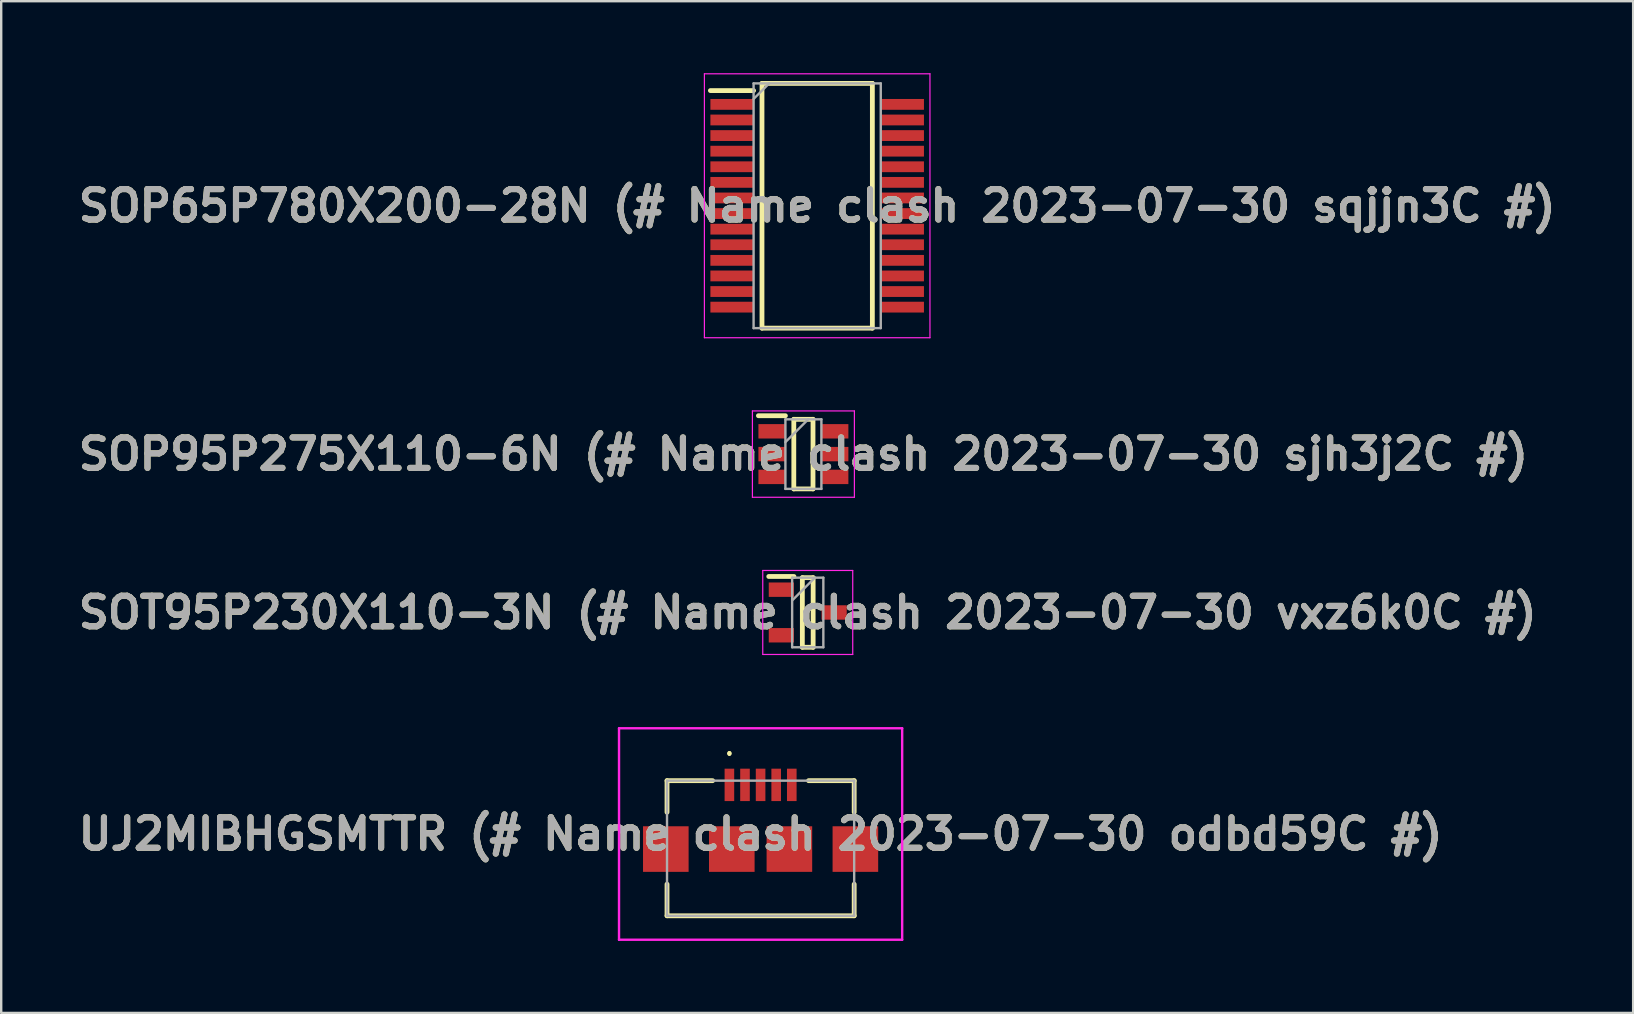
<source format=kicad_pcb>
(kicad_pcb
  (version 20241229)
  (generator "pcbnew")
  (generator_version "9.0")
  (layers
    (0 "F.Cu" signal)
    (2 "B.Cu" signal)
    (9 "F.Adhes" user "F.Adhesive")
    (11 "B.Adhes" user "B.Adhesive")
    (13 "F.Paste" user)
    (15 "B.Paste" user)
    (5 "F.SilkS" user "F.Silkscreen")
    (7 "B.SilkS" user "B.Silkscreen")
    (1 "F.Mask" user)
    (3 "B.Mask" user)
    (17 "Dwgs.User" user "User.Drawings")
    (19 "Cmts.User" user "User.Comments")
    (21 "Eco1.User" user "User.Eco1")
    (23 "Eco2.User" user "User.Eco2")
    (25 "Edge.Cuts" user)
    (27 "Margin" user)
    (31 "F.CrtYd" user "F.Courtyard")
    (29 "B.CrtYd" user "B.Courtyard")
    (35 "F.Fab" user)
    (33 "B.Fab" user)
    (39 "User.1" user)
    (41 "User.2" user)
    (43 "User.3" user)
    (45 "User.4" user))
  (footprint "SOP95P275X110-6N (# Name clash 2023-07-30 sjh3j2C #)"
    (layer "F.Cu")
    (at 30.432 15.875)
    (property "Reference" "SOP95P275X110-6N (# Name clash 2023-07-30 sjh3j2C #)" (at 0 0 0) (layer "F.SilkS") (effects (font (size 1.27 1.27) (thickness 0.254))))
    (attr smd)
    (fp_line (start -1.875 -1.6) (end -0.75 -1.6) (stroke (width 0.2) (type solid)) (layer "F.SilkS"))
    (fp_line (start -0.4 -1.45) (end 0.4 -1.45) (stroke (width 0.2) (type solid)) (layer "F.SilkS"))
    (fp_line (start -0.4 1.45) (end -0.4 -1.45) (stroke (width 0.2) (type solid)) (layer "F.SilkS"))
    (fp_line (start 0.4 -1.45) (end 0.4 1.45) (stroke (width 0.2) (type solid)) (layer "F.SilkS"))
    (fp_line (start 0.4 1.45) (end -0.4 1.45) (stroke (width 0.2) (type solid)) (layer "F.SilkS"))
    (fp_line (start -2.125 -1.8) (end 2.125 -1.8) (stroke (width 0.05) (type solid)) (layer "F.CrtYd"))
    (fp_line (start -2.125 1.8) (end -2.125 -1.8) (stroke (width 0.05) (type solid)) (layer "F.CrtYd"))
    (fp_line (start 2.125 -1.8) (end 2.125 1.8) (stroke (width 0.05) (type solid)) (layer "F.CrtYd"))
    (fp_line (start 2.125 1.8) (end -2.125 1.8) (stroke (width 0.05) (type solid)) (layer "F.CrtYd"))
    (fp_line (start -0.75 -1.45) (end 0.75 -1.45) (stroke (width 0.1) (type solid)) (layer "F.Fab"))
    (fp_line (start -0.75 -0.5) (end 0.2 -1.45) (stroke (width 0.1) (type solid)) (layer "F.Fab"))
    (fp_line (start -0.75 1.45) (end -0.75 -1.45) (stroke (width 0.1) (type solid)) (layer "F.Fab"))
    (fp_line (start 0.75 -1.45) (end 0.75 1.45) (stroke (width 0.1) (type solid)) (layer "F.Fab"))
    (fp_line (start 0.75 1.45) (end -0.75 1.45) (stroke (width 0.1) (type solid)) (layer "F.Fab"))
    (fp_text user "${REFERENCE}" (at 0 0 0) (layer "F.Fab") (effects (font (size 1.27 1.27) (thickness 0.254))))
    (pad "1" smd rect (at -1.312 -0.95 90) (size 0.6 1.125) (layers "F.Cu" "F.Mask" "F.Paste"))
    (pad "2" smd rect (at -1.312 0 90) (size 0.6 1.125) (layers "F.Cu" "F.Mask" "F.Paste"))
    (pad "3" smd rect (at -1.312 0.95 90) (size 0.6 1.125) (layers "F.Cu" "F.Mask" "F.Paste"))
    (pad "4" smd rect (at 1.312 0.95 90) (size 0.6 1.125) (layers "F.Cu" "F.Mask" "F.Paste"))
    (pad "5" smd rect (at 1.312 0 90) (size 0.6 1.125) (layers "F.Cu" "F.Mask" "F.Paste"))
    (pad "6" smd rect (at 1.312 -0.95 90) (size 0.6 1.125) (layers "F.Cu" "F.Mask" "F.Paste")))
  (footprint "SOP65P780X200-28N (# Name clash 2023-07-30 sqjjn3C #)"
    (layer "F.Cu")
    (at 31.006 5.525)
    (property "Reference" "SOP65P780X200-28N (# Name clash 2023-07-30 sqjjn3C #)" (at 0 0 0) (layer "F.SilkS") (effects (font (size 1.27 1.27) (thickness 0.254))))
    (attr smd)
    (fp_line (start -4.45 -4.8) (end -2.65 -4.8) (stroke (width 0.2) (type solid)) (layer "F.SilkS"))
    (fp_line (start -2.3 -5.1) (end 2.3 -5.1) (stroke (width 0.2) (type solid)) (layer "F.SilkS"))
    (fp_line (start -2.3 5.1) (end -2.3 -5.1) (stroke (width 0.2) (type solid)) (layer "F.SilkS"))
    (fp_line (start 2.3 -5.1) (end 2.3 5.1) (stroke (width 0.2) (type solid)) (layer "F.SilkS"))
    (fp_line (start 2.3 5.1) (end -2.3 5.1) (stroke (width 0.2) (type solid)) (layer "F.SilkS"))
    (fp_line (start -4.7 -5.5) (end 4.7 -5.5) (stroke (width 0.05) (type solid)) (layer "F.CrtYd"))
    (fp_line (start -4.7 5.5) (end -4.7 -5.5) (stroke (width 0.05) (type solid)) (layer "F.CrtYd"))
    (fp_line (start 4.7 -5.5) (end 4.7 5.5) (stroke (width 0.05) (type solid)) (layer "F.CrtYd"))
    (fp_line (start 4.7 5.5) (end -4.7 5.5) (stroke (width 0.05) (type solid)) (layer "F.CrtYd"))
    (fp_line (start -2.65 -5.1) (end 2.65 -5.1) (stroke (width 0.1) (type solid)) (layer "F.Fab"))
    (fp_line (start -2.65 -4.45) (end -2 -5.1) (stroke (width 0.1) (type solid)) (layer "F.Fab"))
    (fp_line (start -2.65 5.1) (end -2.65 -5.1) (stroke (width 0.1) (type solid)) (layer "F.Fab"))
    (fp_line (start 2.65 -5.1) (end 2.65 5.1) (stroke (width 0.1) (type solid)) (layer "F.Fab"))
    (fp_line (start 2.65 5.1) (end -2.65 5.1) (stroke (width 0.1) (type solid)) (layer "F.Fab"))
    (fp_text user "${REFERENCE}" (at 0 0 0) (layer "F.Fab") (effects (font (size 1.27 1.27) (thickness 0.254))))
    (pad "1" smd rect (at -3.55 -4.225 90) (size 0.45 1.8) (layers "F.Cu" "F.Mask" "F.Paste"))
    (pad "2" smd rect (at -3.55 -3.575 90) (size 0.45 1.8) (layers "F.Cu" "F.Mask" "F.Paste"))
    (pad "3" smd rect (at -3.55 -2.925 90) (size 0.45 1.8) (layers "F.Cu" "F.Mask" "F.Paste"))
    (pad "4" smd rect (at -3.55 -2.275 90) (size 0.45 1.8) (layers "F.Cu" "F.Mask" "F.Paste"))
    (pad "5" smd rect (at -3.55 -1.625 90) (size 0.45 1.8) (layers "F.Cu" "F.Mask" "F.Paste"))
    (pad "6" smd rect (at -3.55 -0.975 90) (size 0.45 1.8) (layers "F.Cu" "F.Mask" "F.Paste"))
    (pad "7" smd rect (at -3.55 -0.325 90) (size 0.45 1.8) (layers "F.Cu" "F.Mask" "F.Paste"))
    (pad "8" smd rect (at -3.55 0.325 90) (size 0.45 1.8) (layers "F.Cu" "F.Mask" "F.Paste"))
    (pad "9" smd rect (at -3.55 0.975 90) (size 0.45 1.8) (layers "F.Cu" "F.Mask" "F.Paste"))
    (pad "10" smd rect (at -3.55 1.625 90) (size 0.45 1.8) (layers "F.Cu" "F.Mask" "F.Paste"))
    (pad "11" smd rect (at -3.55 2.275 90) (size 0.45 1.8) (layers "F.Cu" "F.Mask" "F.Paste"))
    (pad "12" smd rect (at -3.55 2.925 90) (size 0.45 1.8) (layers "F.Cu" "F.Mask" "F.Paste"))
    (pad "13" smd rect (at -3.55 3.575 90) (size 0.45 1.8) (layers "F.Cu" "F.Mask" "F.Paste"))
    (pad "14" smd rect (at -3.55 4.225 90) (size 0.45 1.8) (layers "F.Cu" "F.Mask" "F.Paste"))
    (pad "15" smd rect (at 3.55 4.225 90) (size 0.45 1.8) (layers "F.Cu" "F.Mask" "F.Paste"))
    (pad "16" smd rect (at 3.55 3.575 90) (size 0.45 1.8) (layers "F.Cu" "F.Mask" "F.Paste"))
    (pad "17" smd rect (at 3.55 2.925 90) (size 0.45 1.8) (layers "F.Cu" "F.Mask" "F.Paste"))
    (pad "18" smd rect (at 3.55 2.275 90) (size 0.45 1.8) (layers "F.Cu" "F.Mask" "F.Paste"))
    (pad "19" smd rect (at 3.55 1.625 90) (size 0.45 1.8) (layers "F.Cu" "F.Mask" "F.Paste"))
    (pad "20" smd rect (at 3.55 0.975 90) (size 0.45 1.8) (layers "F.Cu" "F.Mask" "F.Paste"))
    (pad "21" smd rect (at 3.55 0.325 90) (size 0.45 1.8) (layers "F.Cu" "F.Mask" "F.Paste"))
    (pad "22" smd rect (at 3.55 -0.325 90) (size 0.45 1.8) (layers "F.Cu" "F.Mask" "F.Paste"))
    (pad "23" smd rect (at 3.55 -0.975 90) (size 0.45 1.8) (layers "F.Cu" "F.Mask" "F.Paste"))
    (pad "24" smd rect (at 3.55 -1.625 90) (size 0.45 1.8) (layers "F.Cu" "F.Mask" "F.Paste"))
    (pad "25" smd rect (at 3.55 -2.275 90) (size 0.45 1.8) (layers "F.Cu" "F.Mask" "F.Paste"))
    (pad "26" smd rect (at 3.55 -2.925 90) (size 0.45 1.8) (layers "F.Cu" "F.Mask" "F.Paste"))
    (pad "27" smd rect (at 3.55 -3.575 90) (size 0.45 1.8) (layers "F.Cu" "F.Mask" "F.Paste"))
    (pad "28" smd rect (at 3.55 -4.225 90) (size 0.45 1.8) (layers "F.Cu" "F.Mask" "F.Paste")))
  (footprint "UJ2MIBHGSMTTR (# Name clash 2023-07-30 odbd59C #)"
    (layer "F.Cu")
    (at 28.648 32.3)
    (property "Reference" "UJ2MIBHGSMTTR (# Name clash 2023-07-30 odbd59C #)" (at 0 -0.593 0) (layer "F.SilkS") (effects (font (size 1.27 1.27) (thickness 0.254))))
    (attr through_hole)
    (fp_line (start -3.9 -2.815) (end -2 -2.815) (stroke (width 0.2) (type solid)) (layer "F.SilkS"))
    (fp_line (start -3.9 -1.5) (end -3.9 -2.815) (stroke (width 0.2) (type solid)) (layer "F.SilkS"))
    (fp_line (start -3.9 1.5) (end -3.9 2.815) (stroke (width 0.2) (type solid)) (layer "F.SilkS"))
    (fp_line (start -3.9 2.815) (end 3.9 2.815) (stroke (width 0.2) (type solid)) (layer "F.SilkS"))
    (fp_line (start -1.3 -4) (end -1.3 -4) (stroke (width 0.1) (type solid)) (layer "F.SilkS"))
    (fp_line (start -1.3 -3.9) (end -1.3 -3.9) (stroke (width 0.1) (type solid)) (layer "F.SilkS"))
    (fp_line (start 2 -2.815) (end 3.9 -2.815) (stroke (width 0.2) (type solid)) (layer "F.SilkS"))
    (fp_line (start 3.9 -2.815) (end 3.9 -1.5) (stroke (width 0.2) (type solid)) (layer "F.SilkS"))
    (fp_line (start 3.9 2.815) (end 3.9 1.5) (stroke (width 0.2) (type solid)) (layer "F.SilkS"))
    (fp_arc (start -1.3 -4) (mid -1.25 -3.95) (end -1.3 -3.9) (stroke (width 0.1) (type solid)) (layer "F.SilkS"))
    (fp_arc (start -1.3 -3.9) (mid -1.35 -3.95) (end -1.3 -4) (stroke (width 0.1) (type solid)) (layer "F.SilkS"))
    (fp_line (start -5.9 -5) (end 5.9 -5) (stroke (width 0.1) (type solid)) (layer "F.CrtYd"))
    (fp_line (start -5.9 3.815) (end -5.9 -5) (stroke (width 0.1) (type solid)) (layer "F.CrtYd"))
    (fp_line (start 5.9 -5) (end 5.9 3.815) (stroke (width 0.1) (type solid)) (layer "F.CrtYd"))
    (fp_line (start 5.9 3.815) (end -5.9 3.815) (stroke (width 0.1) (type solid)) (layer "F.CrtYd"))
    (fp_line (start -3.9 -2.815) (end 3.9 -2.815) (stroke (width 0.1) (type solid)) (layer "F.Fab"))
    (fp_line (start -3.9 2.815) (end -3.9 -2.815) (stroke (width 0.1) (type solid)) (layer "F.Fab"))
    (fp_line (start 3.9 -2.815) (end 3.9 2.815) (stroke (width 0.1) (type solid)) (layer "F.Fab"))
    (fp_line (start 3.9 2.815) (end -3.9 2.815) (stroke (width 0.1) (type solid)) (layer "F.Fab"))
    (fp_text user "${REFERENCE}" (at 0 -0.593 0) (layer "F.Fab") (effects (font (size 1.27 1.27) (thickness 0.254))))
    (pad "" np_thru_hole circle (at -2 -2.115) (size 0.001 0.001) (drill 0.55) (layers "*.Cu" "*.Mask"))
    (pad "" np_thru_hole circle (at 2 -2.115) (size 0.001 0.001) (drill 0.55) (layers "*.Cu" "*.Mask"))
    (pad "1" smd rect (at -1.3 -2.64) (size 0.4 1.35) (layers "F.Cu" "F.Mask" "F.Paste"))
    (pad "2" smd rect (at 1.3 -2.64) (size 0.4 1.35) (layers "F.Cu" "F.Mask" "F.Paste"))
    (pad "3" smd rect (at -0.65 -2.64) (size 0.4 1.35) (layers "F.Cu" "F.Mask" "F.Paste"))
    (pad "4" smd rect (at 0 -2.64) (size 0.4 1.35) (layers "F.Cu" "F.Mask" "F.Paste"))
    (pad "5" smd rect (at 0.65 -2.64) (size 0.4 1.35) (layers "F.Cu" "F.Mask" "F.Paste"))
    (pad "MP1" smd rect (at -3.95 0.035) (size 1.9 1.9) (layers "F.Cu" "F.Mask" "F.Paste"))
    (pad "MP2" smd rect (at -1.2 0.035) (size 1.9 1.9) (layers "F.Cu" "F.Mask" "F.Paste"))
    (pad "MP3" smd rect (at 1.2 0.035) (size 1.9 1.9) (layers "F.Cu" "F.Mask" "F.Paste"))
    (pad "MP4" smd rect (at 3.95 0.035) (size 1.9 1.9) (layers "F.Cu" "F.Mask" "F.Paste")))
  (footprint "SOT95P230X110-3N (# Name clash 2023-07-30 vxz6k0C #)"
    (layer "F.Cu")
    (at 30.613 22.475)
    (property "Reference" "SOT95P230X110-3N (# Name clash 2023-07-30 vxz6k0C #)" (at 0 0 0) (layer "F.SilkS") (effects (font (size 1.27 1.27) (thickness 0.254))))
    (attr smd)
    (fp_line (start -1.625 -1.5) (end -0.575 -1.5) (stroke (width 0.2) (type solid)) (layer "F.SilkS"))
    (fp_line (start -0.225 -1.45) (end 0.225 -1.45) (stroke (width 0.2) (type solid)) (layer "F.SilkS"))
    (fp_line (start -0.225 1.45) (end -0.225 -1.45) (stroke (width 0.2) (type solid)) (layer "F.SilkS"))
    (fp_line (start 0.225 -1.45) (end 0.225 1.45) (stroke (width 0.2) (type solid)) (layer "F.SilkS"))
    (fp_line (start 0.225 1.45) (end -0.225 1.45) (stroke (width 0.2) (type solid)) (layer "F.SilkS"))
    (fp_line (start -1.875 -1.75) (end 1.875 -1.75) (stroke (width 0.05) (type solid)) (layer "F.CrtYd"))
    (fp_line (start -1.875 1.75) (end -1.875 -1.75) (stroke (width 0.05) (type solid)) (layer "F.CrtYd"))
    (fp_line (start 1.875 -1.75) (end 1.875 1.75) (stroke (width 0.05) (type solid)) (layer "F.CrtYd"))
    (fp_line (start 1.875 1.75) (end -1.875 1.75) (stroke (width 0.05) (type solid)) (layer "F.CrtYd"))
    (fp_line (start -0.65 -1.45) (end 0.65 -1.45) (stroke (width 0.1) (type solid)) (layer "F.Fab"))
    (fp_line (start -0.65 -0.5) (end 0.3 -1.45) (stroke (width 0.1) (type solid)) (layer "F.Fab"))
    (fp_line (start -0.65 1.45) (end -0.65 -1.45) (stroke (width 0.1) (type solid)) (layer "F.Fab"))
    (fp_line (start 0.65 -1.45) (end 0.65 1.45) (stroke (width 0.1) (type solid)) (layer "F.Fab"))
    (fp_line (start 0.65 1.45) (end -0.65 1.45) (stroke (width 0.1) (type solid)) (layer "F.Fab"))
    (fp_text user "${REFERENCE}" (at 0 0 0) (layer "F.Fab") (effects (font (size 1.27 1.27) (thickness 0.254))))
    (pad "1" smd rect (at -1.1 -0.95 90) (size 0.6 1.05) (layers "F.Cu" "F.Mask" "F.Paste"))
    (pad "2" smd rect (at -1.1 0.95 90) (size 0.6 1.05) (layers "F.Cu" "F.Mask" "F.Paste"))
    (pad "3" smd rect (at 1.1 0 90) (size 0.6 1.05) (layers "F.Cu" "F.Mask" "F.Paste")))
  (gr_rect
    (start -3 -3)
    (end 65.012 39.165)
    (stroke (width 0.1) (type default))
    (fill no)
    (layer "Edge.Cuts")))
</source>
